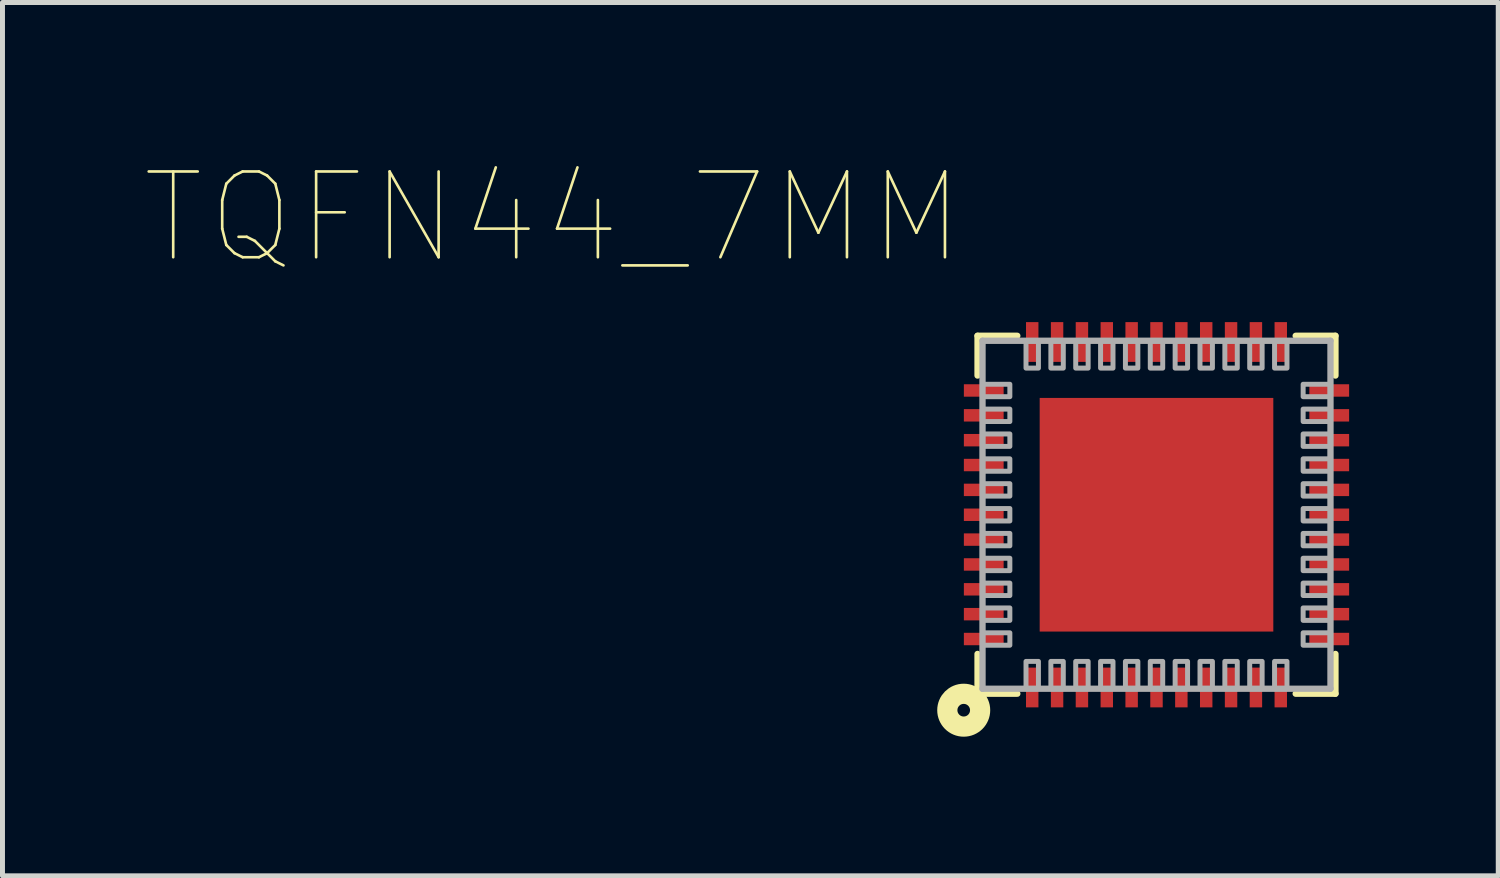
<source format=kicad_pcb>
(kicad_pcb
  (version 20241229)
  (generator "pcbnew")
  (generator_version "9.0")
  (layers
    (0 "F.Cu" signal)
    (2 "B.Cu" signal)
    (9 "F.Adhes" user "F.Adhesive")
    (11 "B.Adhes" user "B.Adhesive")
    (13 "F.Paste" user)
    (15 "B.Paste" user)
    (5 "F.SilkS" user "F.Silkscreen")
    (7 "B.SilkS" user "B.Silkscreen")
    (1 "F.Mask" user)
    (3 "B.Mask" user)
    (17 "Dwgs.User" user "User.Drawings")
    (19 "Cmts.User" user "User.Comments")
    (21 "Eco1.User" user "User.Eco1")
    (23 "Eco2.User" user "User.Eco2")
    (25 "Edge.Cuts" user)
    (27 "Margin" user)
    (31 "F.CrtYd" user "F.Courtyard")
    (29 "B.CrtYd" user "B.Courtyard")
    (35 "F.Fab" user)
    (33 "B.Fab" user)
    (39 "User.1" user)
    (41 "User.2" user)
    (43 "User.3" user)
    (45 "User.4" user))
  (footprint "TQFN44_7MM"
    (layer "F.Cu")
    (at 20.215 7.305)
    (property "Reference" "TQFN44_7MM" (at -3.81 -6.985 180) (layer "F.SilkS") (effects (font (size 1.725 1.725) (thickness 0.053)) (justify right top)))
    (fp_line (start -3.6 -3.6) (end -3.6 -2.8) (stroke (width 0.127) (type solid)) (layer "F.SilkS"))
    (fp_line (start -3.6 2.8) (end -3.6 3.6) (stroke (width 0.127) (type solid)) (layer "F.SilkS"))
    (fp_line (start -3.6 3.6) (end -2.8 3.6) (stroke (width 0.127) (type solid)) (layer "F.SilkS"))
    (fp_line (start -2.8 -3.6) (end -3.6 -3.6) (stroke (width 0.127) (type solid)) (layer "F.SilkS"))
    (fp_line (start 2.8 -3.6) (end 3.6 -3.6) (stroke (width 0.127) (type solid)) (layer "F.SilkS"))
    (fp_line (start 3.6 -3.6) (end 3.6 -2.8) (stroke (width 0.127) (type solid)) (layer "F.SilkS"))
    (fp_line (start 3.6 2.8) (end 3.6 3.6) (stroke (width 0.127) (type solid)) (layer "F.SilkS"))
    (fp_line (start 3.6 3.6) (end 2.8 3.6) (stroke (width 0.127) (type solid)) (layer "F.SilkS"))
    (fp_circle (center -3.878 3.932) (end -3.751 3.932) (stroke (width 0.406) (type solid)) (fill no) (layer "F.SilkS"))
    (fp_poly (pts (xy -2 -0.5) (xy -1 -0.5) (xy -1 -2) (xy -2 -2)) (stroke (width 0) (type default)) (fill yes) (layer "F.Paste"))
    (fp_poly (pts (xy -2 2) (xy -1 2) (xy -1 0.5) (xy -2 0.5)) (stroke (width 0) (type default)) (fill yes) (layer "F.Paste"))
    (fp_poly (pts (xy -0.5 -0.5) (xy 0.5 -0.5) (xy 0.5 -2) (xy -0.5 -2)) (stroke (width 0) (type default)) (fill yes) (layer "F.Paste"))
    (fp_poly (pts (xy -0.5 2) (xy 0.5 2) (xy 0.5 0.5) (xy -0.5 0.5)) (stroke (width 0) (type default)) (fill yes) (layer "F.Paste"))
    (fp_poly (pts (xy 1 -0.5) (xy 2 -0.5) (xy 2 -2) (xy 1 -2)) (stroke (width 0) (type default)) (fill yes) (layer "F.Paste"))
    (fp_poly (pts (xy 1 2) (xy 2 2) (xy 2 0.5) (xy 1 0.5)) (stroke (width 0) (type default)) (fill yes) (layer "F.Paste"))
    (fp_line (start -3.5 -3.5) (end 3.5 -3.5) (stroke (width 0.127) (type solid)) (layer "F.Fab"))
    (fp_line (start -3.5 3.5) (end -3.5 -3.5) (stroke (width 0.127) (type solid)) (layer "F.Fab"))
    (fp_line (start 3.5 -3.5) (end 3.5 3.5) (stroke (width 0.127) (type solid)) (layer "F.Fab"))
    (fp_line (start 3.5 3.5) (end -3.5 3.5) (stroke (width 0.127) (type solid)) (layer "F.Fab"))
    (fp_poly (pts (xy -3.5 -2.375) (xy -2.95 -2.375) (xy -2.95 -2.625) (xy -3.5 -2.625)) (stroke (width 0.1) (type default)) (fill no) (layer "F.Fab"))
    (fp_poly (pts (xy -3.5 -1.875) (xy -2.95 -1.875) (xy -2.95 -2.125) (xy -3.5 -2.125)) (stroke (width 0.1) (type default)) (fill no) (layer "F.Fab"))
    (fp_poly (pts (xy -3.5 -1.375) (xy -2.95 -1.375) (xy -2.95 -1.625) (xy -3.5 -1.625)) (stroke (width 0.1) (type default)) (fill no) (layer "F.Fab"))
    (fp_poly (pts (xy -3.5 -0.875) (xy -2.95 -0.875) (xy -2.95 -1.125) (xy -3.5 -1.125)) (stroke (width 0.1) (type default)) (fill no) (layer "F.Fab"))
    (fp_poly (pts (xy -3.5 -0.375) (xy -2.95 -0.375) (xy -2.95 -0.625) (xy -3.5 -0.625)) (stroke (width 0.1) (type default)) (fill no) (layer "F.Fab"))
    (fp_poly (pts (xy -3.5 0.125) (xy -2.95 0.125) (xy -2.95 -0.125) (xy -3.5 -0.125)) (stroke (width 0.1) (type default)) (fill no) (layer "F.Fab"))
    (fp_poly (pts (xy -3.5 0.625) (xy -2.95 0.625) (xy -2.95 0.375) (xy -3.5 0.375)) (stroke (width 0.1) (type default)) (fill no) (layer "F.Fab"))
    (fp_poly (pts (xy -3.5 1.125) (xy -2.95 1.125) (xy -2.95 0.875) (xy -3.5 0.875)) (stroke (width 0.1) (type default)) (fill no) (layer "F.Fab"))
    (fp_poly (pts (xy -3.5 1.625) (xy -2.95 1.625) (xy -2.95 1.375) (xy -3.5 1.375)) (stroke (width 0.1) (type default)) (fill no) (layer "F.Fab"))
    (fp_poly (pts (xy -3.5 2.125) (xy -2.95 2.125) (xy -2.95 1.875) (xy -3.5 1.875)) (stroke (width 0.1) (type default)) (fill no) (layer "F.Fab"))
    (fp_poly (pts (xy -3.5 2.625) (xy -2.95 2.625) (xy -2.95 2.375) (xy -3.5 2.375)) (stroke (width 0.1) (type default)) (fill no) (layer "F.Fab"))
    (fp_poly (pts (xy -2.625 -3.5) (xy -2.625 -2.95) (xy -2.375 -2.95) (xy -2.375 -3.5)) (stroke (width 0.1) (type default)) (fill no) (layer "F.Fab"))
    (fp_poly (pts (xy -2.375 3.5) (xy -2.375 2.95) (xy -2.625 2.95) (xy -2.625 3.5)) (stroke (width 0.1) (type default)) (fill no) (layer "F.Fab"))
    (fp_poly (pts (xy -2.125 -3.5) (xy -2.125 -2.95) (xy -1.875 -2.95) (xy -1.875 -3.5)) (stroke (width 0.1) (type default)) (fill no) (layer "F.Fab"))
    (fp_poly (pts (xy -1.875 3.5) (xy -1.875 2.95) (xy -2.125 2.95) (xy -2.125 3.5)) (stroke (width 0.1) (type default)) (fill no) (layer "F.Fab"))
    (fp_poly (pts (xy -1.625 -3.5) (xy -1.625 -2.95) (xy -1.375 -2.95) (xy -1.375 -3.5)) (stroke (width 0.1) (type default)) (fill no) (layer "F.Fab"))
    (fp_poly (pts (xy -1.375 3.5) (xy -1.375 2.95) (xy -1.625 2.95) (xy -1.625 3.5)) (stroke (width 0.1) (type default)) (fill no) (layer "F.Fab"))
    (fp_poly (pts (xy -1.125 -3.5) (xy -1.125 -2.95) (xy -0.875 -2.95) (xy -0.875 -3.5)) (stroke (width 0.1) (type default)) (fill no) (layer "F.Fab"))
    (fp_poly (pts (xy -0.875 3.5) (xy -0.875 2.95) (xy -1.125 2.95) (xy -1.125 3.5)) (stroke (width 0.1) (type default)) (fill no) (layer "F.Fab"))
    (fp_poly (pts (xy -0.625 -3.5) (xy -0.625 -2.95) (xy -0.375 -2.95) (xy -0.375 -3.5)) (stroke (width 0.1) (type default)) (fill no) (layer "F.Fab"))
    (fp_poly (pts (xy -0.375 3.5) (xy -0.375 2.95) (xy -0.625 2.95) (xy -0.625 3.5)) (stroke (width 0.1) (type default)) (fill no) (layer "F.Fab"))
    (fp_poly (pts (xy -0.125 -3.5) (xy -0.125 -2.95) (xy 0.125 -2.95) (xy 0.125 -3.5)) (stroke (width 0.1) (type default)) (fill no) (layer "F.Fab"))
    (fp_poly (pts (xy 0.125 3.5) (xy 0.125 2.95) (xy -0.125 2.95) (xy -0.125 3.5)) (stroke (width 0.1) (type default)) (fill no) (layer "F.Fab"))
    (fp_poly (pts (xy 0.375 -3.5) (xy 0.375 -2.95) (xy 0.625 -2.95) (xy 0.625 -3.5)) (stroke (width 0.1) (type default)) (fill no) (layer "F.Fab"))
    (fp_poly (pts (xy 0.625 3.5) (xy 0.625 2.95) (xy 0.375 2.95) (xy 0.375 3.5)) (stroke (width 0.1) (type default)) (fill no) (layer "F.Fab"))
    (fp_poly (pts (xy 0.875 -3.5) (xy 0.875 -2.95) (xy 1.125 -2.95) (xy 1.125 -3.5)) (stroke (width 0.1) (type default)) (fill no) (layer "F.Fab"))
    (fp_poly (pts (xy 1.125 3.5) (xy 1.125 2.95) (xy 0.875 2.95) (xy 0.875 3.5)) (stroke (width 0.1) (type default)) (fill no) (layer "F.Fab"))
    (fp_poly (pts (xy 1.375 -3.5) (xy 1.375 -2.95) (xy 1.625 -2.95) (xy 1.625 -3.5)) (stroke (width 0.1) (type default)) (fill no) (layer "F.Fab"))
    (fp_poly (pts (xy 1.625 3.5) (xy 1.625 2.95) (xy 1.375 2.95) (xy 1.375 3.5)) (stroke (width 0.1) (type default)) (fill no) (layer "F.Fab"))
    (fp_poly (pts (xy 1.875 -3.5) (xy 1.875 -2.95) (xy 2.125 -2.95) (xy 2.125 -3.5)) (stroke (width 0.1) (type default)) (fill no) (layer "F.Fab"))
    (fp_poly (pts (xy 2.125 3.5) (xy 2.125 2.95) (xy 1.875 2.95) (xy 1.875 3.5)) (stroke (width 0.1) (type default)) (fill no) (layer "F.Fab"))
    (fp_poly (pts (xy 2.375 -3.5) (xy 2.375 -2.95) (xy 2.625 -2.95) (xy 2.625 -3.5)) (stroke (width 0.1) (type default)) (fill no) (layer "F.Fab"))
    (fp_poly (pts (xy 2.625 3.5) (xy 2.625 2.95) (xy 2.375 2.95) (xy 2.375 3.5)) (stroke (width 0.1) (type default)) (fill no) (layer "F.Fab"))
    (fp_poly (pts (xy 3.5 -2.625) (xy 2.95 -2.625) (xy 2.95 -2.375) (xy 3.5 -2.375)) (stroke (width 0.1) (type default)) (fill no) (layer "F.Fab"))
    (fp_poly (pts (xy 3.5 -2.125) (xy 2.95 -2.125) (xy 2.95 -1.875) (xy 3.5 -1.875)) (stroke (width 0.1) (type default)) (fill no) (layer "F.Fab"))
    (fp_poly (pts (xy 3.5 -1.625) (xy 2.95 -1.625) (xy 2.95 -1.375) (xy 3.5 -1.375)) (stroke (width 0.1) (type default)) (fill no) (layer "F.Fab"))
    (fp_poly (pts (xy 3.5 -1.125) (xy 2.95 -1.125) (xy 2.95 -0.875) (xy 3.5 -0.875)) (stroke (width 0.1) (type default)) (fill no) (layer "F.Fab"))
    (fp_poly (pts (xy 3.5 -0.625) (xy 2.95 -0.625) (xy 2.95 -0.375) (xy 3.5 -0.375)) (stroke (width 0.1) (type default)) (fill no) (layer "F.Fab"))
    (fp_poly (pts (xy 3.5 -0.125) (xy 2.95 -0.125) (xy 2.95 0.125) (xy 3.5 0.125)) (stroke (width 0.1) (type default)) (fill no) (layer "F.Fab"))
    (fp_poly (pts (xy 3.5 0.375) (xy 2.95 0.375) (xy 2.95 0.625) (xy 3.5 0.625)) (stroke (width 0.1) (type default)) (fill no) (layer "F.Fab"))
    (fp_poly (pts (xy 3.5 0.875) (xy 2.95 0.875) (xy 2.95 1.125) (xy 3.5 1.125)) (stroke (width 0.1) (type default)) (fill no) (layer "F.Fab"))
    (fp_poly (pts (xy 3.5 1.375) (xy 2.95 1.375) (xy 2.95 1.625) (xy 3.5 1.625)) (stroke (width 0.1) (type default)) (fill no) (layer "F.Fab"))
    (fp_poly (pts (xy 3.5 1.875) (xy 2.95 1.875) (xy 2.95 2.125) (xy 3.5 2.125)) (stroke (width 0.1) (type default)) (fill no) (layer "F.Fab"))
    (fp_poly (pts (xy 3.5 2.375) (xy 2.95 2.375) (xy 2.95 2.625) (xy 3.5 2.625)) (stroke (width 0.1) (type default)) (fill no) (layer "F.Fab"))
    (pad "1" smd rect (at -2.5 3.475 90) (size 0.8 0.25) (layers "F.Cu" "F.Mask" "F.Paste"))
    (pad "2" smd rect (at -2 3.475 90) (size 0.8 0.25) (layers "F.Cu" "F.Mask" "F.Paste"))
    (pad "3" smd rect (at -1.5 3.475 90) (size 0.8 0.25) (layers "F.Cu" "F.Mask" "F.Paste"))
    (pad "4" smd rect (at -1 3.475 90) (size 0.8 0.25) (layers "F.Cu" "F.Mask" "F.Paste"))
    (pad "5" smd rect (at -0.5 3.475 90) (size 0.8 0.25) (layers "F.Cu" "F.Mask" "F.Paste"))
    (pad "6" smd rect (at 0 3.475 90) (size 0.8 0.25) (layers "F.Cu" "F.Mask" "F.Paste"))
    (pad "7" smd rect (at 0.5 3.475 90) (size 0.8 0.25) (layers "F.Cu" "F.Mask" "F.Paste"))
    (pad "8" smd rect (at 1 3.475 90) (size 0.8 0.25) (layers "F.Cu" "F.Mask" "F.Paste"))
    (pad "9" smd rect (at 1.5 3.475 90) (size 0.8 0.25) (layers "F.Cu" "F.Mask" "F.Paste"))
    (pad "10" smd rect (at 2 3.475 90) (size 0.8 0.25) (layers "F.Cu" "F.Mask" "F.Paste"))
    (pad "11" smd rect (at 2.5 3.475 90) (size 0.8 0.25) (layers "F.Cu" "F.Mask" "F.Paste"))
    (pad "12" smd rect (at 3.475 2.5 180) (size 0.8 0.25) (layers "F.Cu" "F.Mask" "F.Paste"))
    (pad "13" smd rect (at 3.475 2 180) (size 0.8 0.25) (layers "F.Cu" "F.Mask" "F.Paste"))
    (pad "14" smd rect (at 3.475 1.5 180) (size 0.8 0.25) (layers "F.Cu" "F.Mask" "F.Paste"))
    (pad "15" smd rect (at 3.475 1 180) (size 0.8 0.25) (layers "F.Cu" "F.Mask" "F.Paste"))
    (pad "16" smd rect (at 3.475 0.5 180) (size 0.8 0.25) (layers "F.Cu" "F.Mask" "F.Paste"))
    (pad "17" smd rect (at 3.475 0 180) (size 0.8 0.25) (layers "F.Cu" "F.Mask" "F.Paste"))
    (pad "18" smd rect (at 3.475 -0.5 180) (size 0.8 0.25) (layers "F.Cu" "F.Mask" "F.Paste"))
    (pad "19" smd rect (at 3.475 -1 180) (size 0.8 0.25) (layers "F.Cu" "F.Mask" "F.Paste"))
    (pad "20" smd rect (at 3.475 -1.5 180) (size 0.8 0.25) (layers "F.Cu" "F.Mask" "F.Paste"))
    (pad "21" smd rect (at 3.475 -2 180) (size 0.8 0.25) (layers "F.Cu" "F.Mask" "F.Paste"))
    (pad "22" smd rect (at 3.475 -2.5 180) (size 0.8 0.25) (layers "F.Cu" "F.Mask" "F.Paste"))
    (pad "23" smd rect (at 2.5 -3.475 270) (size 0.8 0.25) (layers "F.Cu" "F.Mask" "F.Paste"))
    (pad "24" smd rect (at 2 -3.475 270) (size 0.8 0.25) (layers "F.Cu" "F.Mask" "F.Paste"))
    (pad "25" smd rect (at 1.5 -3.475 270) (size 0.8 0.25) (layers "F.Cu" "F.Mask" "F.Paste"))
    (pad "26" smd rect (at 1 -3.475 270) (size 0.8 0.25) (layers "F.Cu" "F.Mask" "F.Paste"))
    (pad "27" smd rect (at 0.5 -3.475 270) (size 0.8 0.25) (layers "F.Cu" "F.Mask" "F.Paste"))
    (pad "28" smd rect (at 0 -3.475 270) (size 0.8 0.25) (layers "F.Cu" "F.Mask" "F.Paste"))
    (pad "29" smd rect (at -0.5 -3.475 270) (size 0.8 0.25) (layers "F.Cu" "F.Mask" "F.Paste"))
    (pad "30" smd rect (at -1 -3.475 270) (size 0.8 0.25) (layers "F.Cu" "F.Mask" "F.Paste"))
    (pad "31" smd rect (at -1.5 -3.475 270) (size 0.8 0.25) (layers "F.Cu" "F.Mask" "F.Paste"))
    (pad "32" smd rect (at -2 -3.475 270) (size 0.8 0.25) (layers "F.Cu" "F.Mask" "F.Paste"))
    (pad "33" smd rect (at -2.5 -3.475 270) (size 0.8 0.25) (layers "F.Cu" "F.Mask" "F.Paste"))
    (pad "34" smd rect (at -3.475 -2.5) (size 0.8 0.25) (layers "F.Cu" "F.Mask" "F.Paste"))
    (pad "35" smd rect (at -3.475 -2) (size 0.8 0.25) (layers "F.Cu" "F.Mask" "F.Paste"))
    (pad "36" smd rect (at -3.475 -1.5) (size 0.8 0.25) (layers "F.Cu" "F.Mask" "F.Paste"))
    (pad "37" smd rect (at -3.475 -1) (size 0.8 0.25) (layers "F.Cu" "F.Mask" "F.Paste"))
    (pad "38" smd rect (at -3.475 -0.5) (size 0.8 0.25) (layers "F.Cu" "F.Mask" "F.Paste"))
    (pad "39" smd rect (at -3.475 0) (size 0.8 0.25) (layers "F.Cu" "F.Mask" "F.Paste"))
    (pad "40" smd rect (at -3.475 0.5) (size 0.8 0.25) (layers "F.Cu" "F.Mask" "F.Paste"))
    (pad "41" smd rect (at -3.475 1) (size 0.8 0.25) (layers "F.Cu" "F.Mask" "F.Paste"))
    (pad "42" smd rect (at -3.475 1.5) (size 0.8 0.25) (layers "F.Cu" "F.Mask" "F.Paste"))
    (pad "43" smd rect (at -3.475 2) (size 0.8 0.25) (layers "F.Cu" "F.Mask" "F.Paste"))
    (pad "44" smd rect (at -3.475 2.5) (size 0.8 0.25) (layers "F.Cu" "F.Mask" "F.Paste"))
    (pad "THERMAL" smd rect (at 0 0) (size 4.7 4.7) (layers "F.Cu" "F.Mask")))
  (gr_rect
    (start -3 -3)
    (end 27.09 14.568)
    (stroke (width 0.1) (type default))
    (fill no)
    (layer "Edge.Cuts")))
</source>
